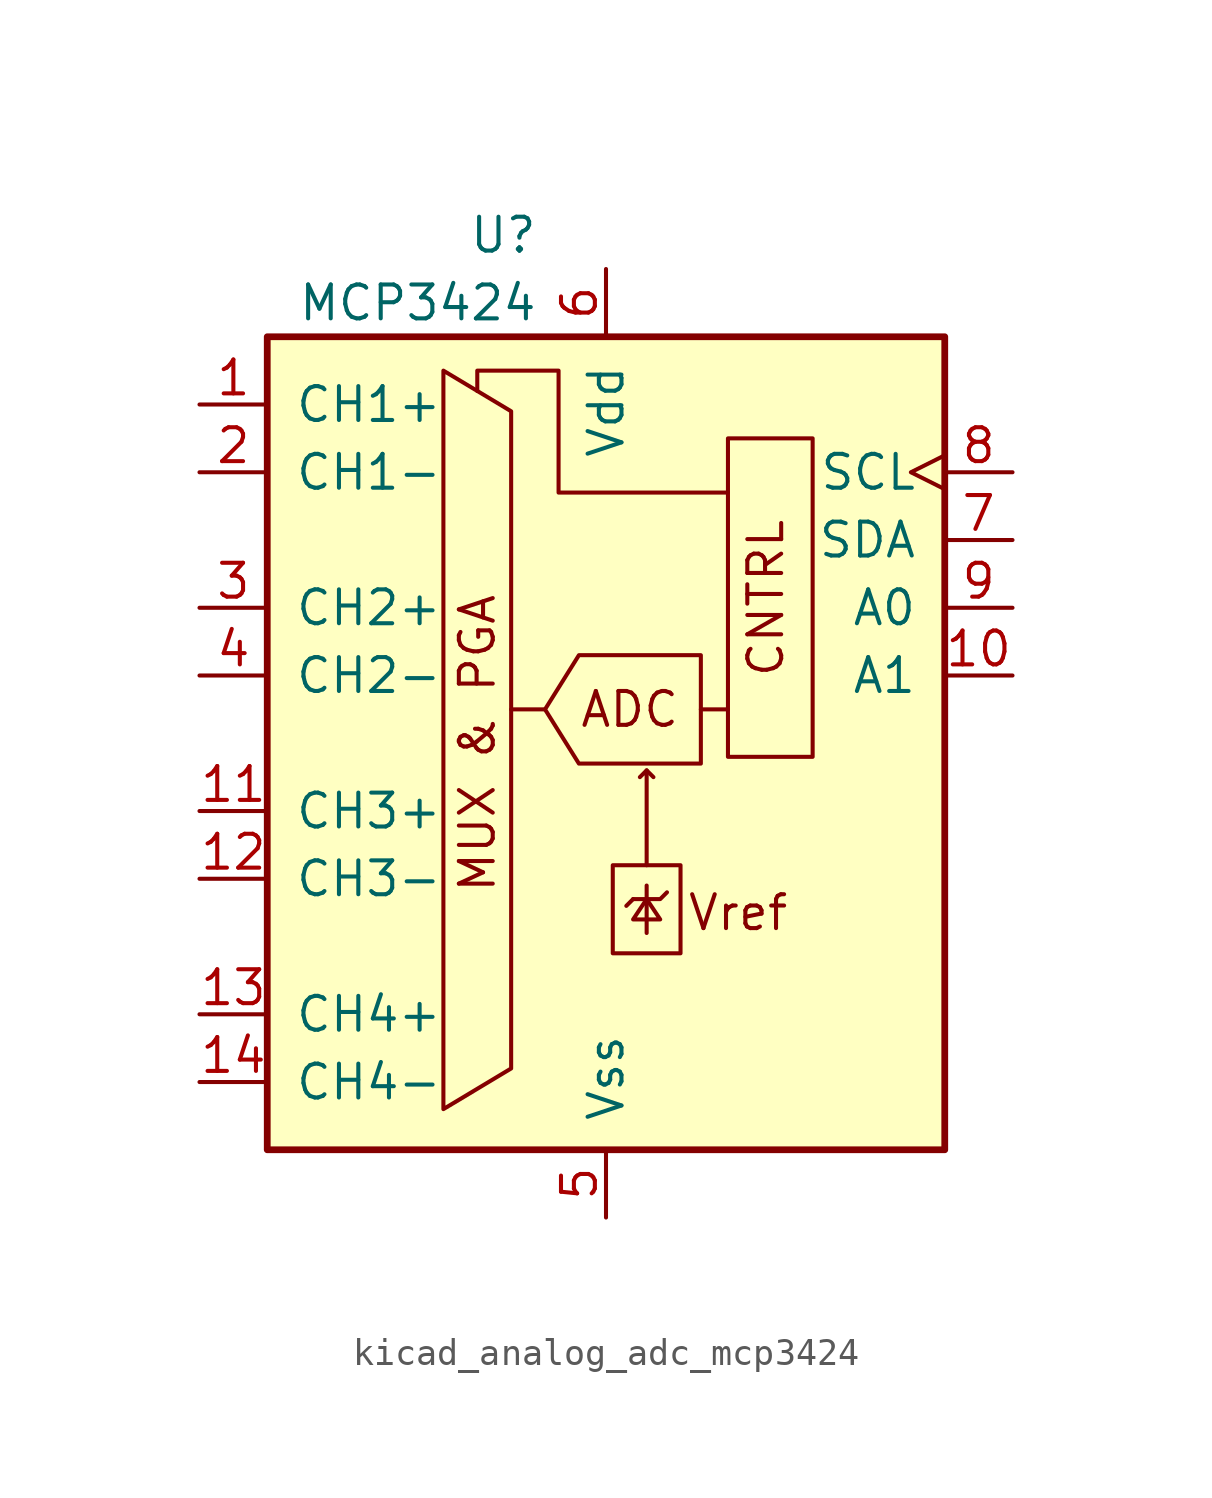
<source format=kicad_sym>
(kicad_symbol_lib
  (version 20220914)
  (generator kicad_symbol_editor)
  (symbol "kicad_analog_adc_mcp3424"
    (pin_names
      (offset 1.016))
    (property "Reference" "U"
      (at -2.54 11.43 0)
      (effects (font (size 1.27 1.27)) (justify right)))
    (property "Value" "MCP3424"
      (at -2.54 8.89 0)
      (effects (font (size 1.27 1.27)) (justify right)))
    (symbol "kicad_analog_adc_mcp3424_0_0"
      (polyline (pts (xy -6.096 6.35) (xy -3.556 4.826) (xy -3.556 -19.812) (xy -6.096 -21.336) (xy -6.096 6.35)) (stroke (width 0) (type default)) (fill (type none)))
      (polyline (pts (xy 4.572 1.778) (xy -1.778 1.778) (xy -1.778 6.35) (xy -4.826 6.35) (xy -4.826 5.588)) (stroke (width 0) (type default)) (fill (type none)))
      (polyline (pts (xy 3.556 -4.318) (xy 3.556 -8.382) (xy -1.016 -8.382) (xy -2.286 -6.35) (xy -1.016 -4.318) (xy 3.556 -4.318)) (stroke (width 0) (type default)) (fill (type none)))
      (text "ADC" (at 0.889 -6.35 0) (effects (font (size 1.27 1.27))))
      (text "CNTRL" (at 6.731 -5.207 900) (effects (font (size 1.27 1.27)) (justify left bottom)))
      (text "MUX & PGA" (at -4.826 -7.62 900) (effects (font (size 1.27 1.27))))
      (text "Vref" (at 4.953 -13.97 0) (effects (font (size 1.27 1.27)))))
    (symbol "kicad_analog_adc_mcp3424_0_1"
      (polyline (pts (xy -3.556 -6.35) (xy -2.286 -6.35)) (stroke (width 0) (type default)) (fill (type none)))
      (polyline (pts (xy 1.016 -13.462) (xy 0.762 -13.716)) (stroke (width 0) (type default)) (fill (type none)))
      (polyline (pts (xy 1.524 -12.954) (xy 1.524 -14.732)) (stroke (width 0) (type default)) (fill (type none)))
      (polyline (pts (xy 1.524 -8.636) (xy 1.778 -8.89)) (stroke (width 0) (type default)) (fill (type none)))
      (polyline (pts (xy 3.556 -6.35) (xy 4.572 -6.35)) (stroke (width 0) (type default)) (fill (type none)))
      (polyline (pts (xy 1.016 -13.462) (xy 2.032 -13.462) (xy 2.286 -13.208)) (stroke (width 0) (type default)) (fill (type none)))
      (polyline (pts (xy 1.524 -12.192) (xy 1.524 -8.636) (xy 1.27 -8.89)) (stroke (width 0) (type default)) (fill (type none)))
      (polyline (pts (xy 1.524 -13.462) (xy 1.016 -14.224) (xy 2.032 -14.224) (xy 1.524 -13.462)) (stroke (width 0) (type default)) (fill (type none)))
      (rectangle (start 0.254 -12.192) (end 2.794 -15.494) (stroke (width 0) (type default)) (fill (type none)))
      (rectangle (start 4.572 -8.128) (end 7.747 3.81) (stroke (width 0) (type default)) (fill (type none)))
      (rectangle (start 12.7 7.62) (end -12.7 -22.86) (stroke (width 0.254) (type default)) (fill (type background))))
    (symbol "kicad_analog_adc_mcp3424_1_1"
      (pin input line (at -15.24 5.08 0) (length 2.54) (name "CH1+" (effects (font (size 1.27 1.27)))) (number "1" (effects (font (size 1.27 1.27)))))
      (pin input line (at 15.24 -5.08 180) (length 2.54) (name "A1" (effects (font (size 1.27 1.27)))) (number "10" (effects (font (size 1.27 1.27)))))
      (pin input line (at -15.24 -10.16 0) (length 2.54) (name "CH3+" (effects (font (size 1.27 1.27)))) (number "11" (effects (font (size 1.27 1.27)))))
      (pin input line (at -15.24 -12.7 0) (length 2.54) (name "CH3-" (effects (font (size 1.27 1.27)))) (number "12" (effects (font (size 1.27 1.27)))))
      (pin input line (at -15.24 -17.78 0) (length 2.54) (name "CH4+" (effects (font (size 1.27 1.27)))) (number "13" (effects (font (size 1.27 1.27)))))
      (pin input line (at -15.24 -20.32 0) (length 2.54) (name "CH4-" (effects (font (size 1.27 1.27)))) (number "14" (effects (font (size 1.27 1.27)))))
      (pin input line (at -15.24 2.54 0) (length 2.54) (name "CH1-" (effects (font (size 1.27 1.27)))) (number "2" (effects (font (size 1.27 1.27)))))
      (pin input line (at -15.24 -2.54 0) (length 2.54) (name "CH2+" (effects (font (size 1.27 1.27)))) (number "3" (effects (font (size 1.27 1.27)))))
      (pin input line (at -15.24 -5.08 0) (length 2.54) (name "CH2-" (effects (font (size 1.27 1.27)))) (number "4" (effects (font (size 1.27 1.27)))))
      (pin power_in line (at 0 -25.4 90) (length 2.54) (name "Vss" (effects (font (size 1.27 1.27)))) (number "5" (effects (font (size 1.27 1.27)))))
      (pin power_in line (at 0 10.16 270) (length 2.54) (name "Vdd" (effects (font (size 1.27 1.27)))) (number "6" (effects (font (size 1.27 1.27)))))
      (pin bidirectional line (at 15.24 0 180) (length 2.54) (name "SDA" (effects (font (size 1.27 1.27)))) (number "7" (effects (font (size 1.27 1.27)))))
      (pin input clock (at 15.24 2.54 180) (length 2.54) (name "SCL" (effects (font (size 1.27 1.27)))) (number "8" (effects (font (size 1.27 1.27)))))
      (pin input line (at 15.24 -2.54 180) (length 2.54) (name "A0" (effects (font (size 1.27 1.27)))) (number "9" (effects (font (size 1.27 1.27))))))))
</source>
